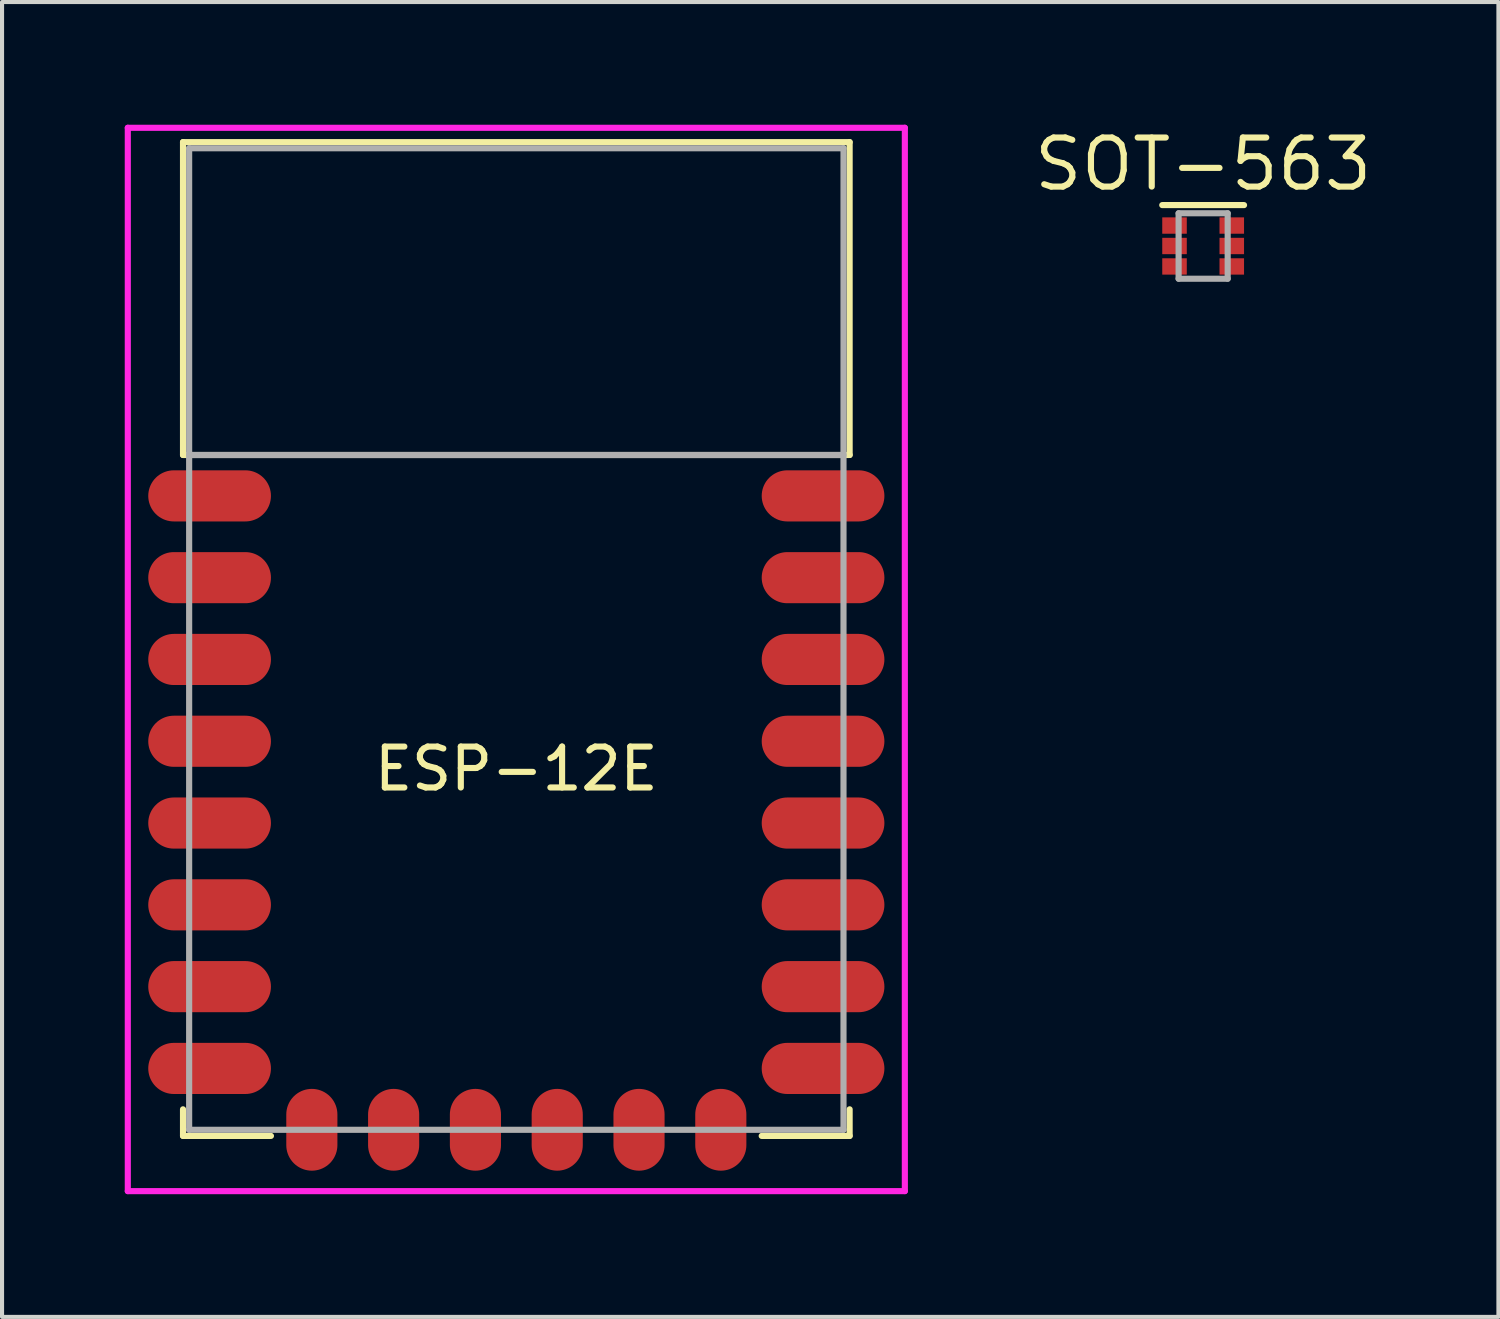
<source format=kicad_pcb>
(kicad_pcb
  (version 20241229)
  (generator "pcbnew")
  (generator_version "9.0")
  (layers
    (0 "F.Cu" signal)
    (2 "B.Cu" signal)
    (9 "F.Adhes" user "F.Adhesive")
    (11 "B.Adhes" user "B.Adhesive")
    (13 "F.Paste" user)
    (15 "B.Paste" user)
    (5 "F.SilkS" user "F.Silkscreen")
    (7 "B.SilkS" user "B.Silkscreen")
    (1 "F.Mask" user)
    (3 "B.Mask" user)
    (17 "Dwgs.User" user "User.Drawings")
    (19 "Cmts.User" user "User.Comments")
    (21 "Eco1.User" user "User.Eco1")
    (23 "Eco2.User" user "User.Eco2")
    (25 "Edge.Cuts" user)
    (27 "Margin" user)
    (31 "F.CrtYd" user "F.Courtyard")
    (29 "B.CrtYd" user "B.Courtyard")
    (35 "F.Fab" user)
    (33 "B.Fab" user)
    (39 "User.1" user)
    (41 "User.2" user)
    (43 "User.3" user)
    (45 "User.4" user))
  (footprint "SOT-563"
    (layer "F.Cu")
    (at 26.369 2.965)
    (property "Reference" "SOT-563" (at 0 -2 0) (layer "F.SilkS") (effects (font (size 1.2 1.2) (thickness 0.15))))
    (attr through_hole)
    (fp_line (start -1 -1) (end 1 -1) (stroke (width 0.15) (type solid)) (layer "F.SilkS"))
    (fp_line (start -0.6 -0.8) (end -0.6 0.8) (stroke (width 0.15) (type solid)) (layer "F.Fab"))
    (fp_line (start -0.6 0.8) (end 0.6 0.8) (stroke (width 0.15) (type solid)) (layer "F.Fab"))
    (fp_line (start 0.6 -0.8) (end -0.6 -0.8) (stroke (width 0.15) (type solid)) (layer "F.Fab"))
    (fp_line (start 0.6 0.8) (end 0.6 -0.8) (stroke (width 0.15) (type solid)) (layer "F.Fab"))
    (pad "1" smd rect (at -0.7 -0.5 270) (size 0.4 0.6) (layers "F.Cu" "F.Mask" "F.Paste"))
    (pad "2" smd rect (at -0.7 0 270) (size 0.4 0.6) (layers "F.Cu" "F.Mask" "F.Paste"))
    (pad "3" smd rect (at -0.7 0.5 270) (size 0.4 0.6) (layers "F.Cu" "F.Mask" "F.Paste"))
    (pad "4" smd rect (at 0.7 0.5 270) (size 0.4 0.6) (layers "F.Cu" "F.Mask" "F.Paste"))
    (pad "5" smd rect (at 0.7 0 270) (size 0.4 0.6) (layers "F.Cu" "F.Mask" "F.Paste"))
    (pad "6" smd rect (at 0.7 -0.5 270) (size 0.4 0.6) (layers "F.Cu" "F.Mask" "F.Paste")))
  (footprint "ESP-12E"
    (layer "F.Cu")
    (at 9.575 12.575)
    (property "Reference" "ESP-12E" (at 0 3.175 0) (layer "F.SilkS") (effects (font (size 1 1) (thickness 0.15))))
    (attr through_hole)
    (fp_line (start -8.15 -12.15) (end -8.15 -4.5) (stroke (width 0.15) (type solid)) (layer "F.SilkS"))
    (fp_line (start -8.15 -12.15) (end 8.15 -12.15) (stroke (width 0.15) (type solid)) (layer "F.SilkS"))
    (fp_line (start -8.15 11.5) (end -8.15 12.15) (stroke (width 0.15) (type solid)) (layer "F.SilkS"))
    (fp_line (start -8.15 12.15) (end -6 12.15) (stroke (width 0.15) (type solid)) (layer "F.SilkS"))
    (fp_line (start 6 12.15) (end 8.15 12.15) (stroke (width 0.15) (type solid)) (layer "F.SilkS"))
    (fp_line (start 8.15 -12.15) (end 8.15 -4.5) (stroke (width 0.15) (type solid)) (layer "F.SilkS"))
    (fp_line (start 8.15 -4.5) (end -8.15 -4.5) (stroke (width 0.15) (type solid)) (layer "F.SilkS"))
    (fp_line (start 8.15 11.5) (end 8.15 12.15) (stroke (width 0.15) (type solid)) (layer "F.SilkS"))
    (fp_line (start -9.5 -12.5) (end 9.5 -12.5) (stroke (width 0.15) (type solid)) (layer "F.CrtYd"))
    (fp_line (start -9.5 13.5) (end -9.5 -12.5) (stroke (width 0.15) (type solid)) (layer "F.CrtYd"))
    (fp_line (start 9.5 -12.5) (end 9.5 13.5) (stroke (width 0.15) (type solid)) (layer "F.CrtYd"))
    (fp_line (start 9.5 13.5) (end -9.5 13.5) (stroke (width 0.15) (type solid)) (layer "F.CrtYd"))
    (fp_line (start -8 -12) (end -8 12) (stroke (width 0.15) (type solid)) (layer "F.Fab"))
    (fp_line (start -8 -12) (end 8 -12) (stroke (width 0.15) (type solid)) (layer "F.Fab"))
    (fp_line (start -8 12) (end 8 12) (stroke (width 0.15) (type solid)) (layer "F.Fab"))
    (fp_line (start 8 -12) (end 8 12) (stroke (width 0.15) (type solid)) (layer "F.Fab"))
    (fp_line (start 8 -4.5) (end -8 -4.5) (stroke (width 0.15) (type solid)) (layer "F.Fab"))
    (pad "1" smd oval (at -7.5 -3.5) (size 3 1.25) (layers "F.Cu" "F.Mask" "F.Paste"))
    (pad "2" smd oval (at -7.5 -1.5) (size 3 1.25) (layers "F.Cu" "F.Mask" "F.Paste"))
    (pad "3" smd oval (at -7.5 0.5) (size 3 1.25) (layers "F.Cu" "F.Mask" "F.Paste"))
    (pad "4" smd oval (at -7.5 2.5) (size 3 1.25) (layers "F.Cu" "F.Mask" "F.Paste"))
    (pad "5" smd oval (at -7.5 4.5) (size 3 1.25) (layers "F.Cu" "F.Mask" "F.Paste"))
    (pad "6" smd oval (at -7.5 6.5) (size 3 1.25) (layers "F.Cu" "F.Mask" "F.Paste"))
    (pad "7" smd oval (at -7.5 8.5) (size 3 1.25) (layers "F.Cu" "F.Mask" "F.Paste"))
    (pad "8" smd oval (at -7.5 10.5) (size 3 1.25) (layers "F.Cu" "F.Mask" "F.Paste"))
    (pad "9" smd oval (at -5 12 90) (size 2 1.25) (layers "F.Cu" "F.Mask" "F.Paste"))
    (pad "10" smd oval (at -3 12 90) (size 2 1.25) (layers "F.Cu" "F.Mask" "F.Paste"))
    (pad "11" smd oval (at -1 12 90) (size 2 1.25) (layers "F.Cu" "F.Mask" "F.Paste"))
    (pad "12" smd oval (at 1 12 90) (size 2 1.25) (layers "F.Cu" "F.Mask" "F.Paste"))
    (pad "13" smd oval (at 3 12 90) (size 2 1.25) (layers "F.Cu" "F.Mask" "F.Paste"))
    (pad "14" smd oval (at 5 12 90) (size 2 1.25) (layers "F.Cu" "F.Mask" "F.Paste"))
    (pad "15" smd oval (at 7.5 10.5) (size 3 1.25) (layers "F.Cu" "F.Mask" "F.Paste"))
    (pad "16" smd oval (at 7.5 8.5) (size 3 1.25) (layers "F.Cu" "F.Mask" "F.Paste"))
    (pad "17" smd oval (at 7.5 6.5) (size 3 1.25) (layers "F.Cu" "F.Mask" "F.Paste"))
    (pad "18" smd oval (at 7.5 4.5) (size 3 1.25) (layers "F.Cu" "F.Mask" "F.Paste"))
    (pad "19" smd oval (at 7.5 2.5) (size 3 1.25) (layers "F.Cu" "F.Mask" "F.Paste"))
    (pad "20" smd oval (at 7.5 0.5) (size 3 1.25) (layers "F.Cu" "F.Mask" "F.Paste"))
    (pad "21" smd oval (at 7.5 -1.5) (size 3 1.25) (layers "F.Cu" "F.Mask" "F.Paste"))
    (pad "22" smd oval (at 7.5 -3.5) (size 3 1.25) (layers "F.Cu" "F.Mask" "F.Paste")))
  (gr_rect
    (start -3 -3)
    (end 33.589 29.15)
    (stroke (width 0.1) (type default))
    (fill no)
    (layer "Edge.Cuts")))
</source>
